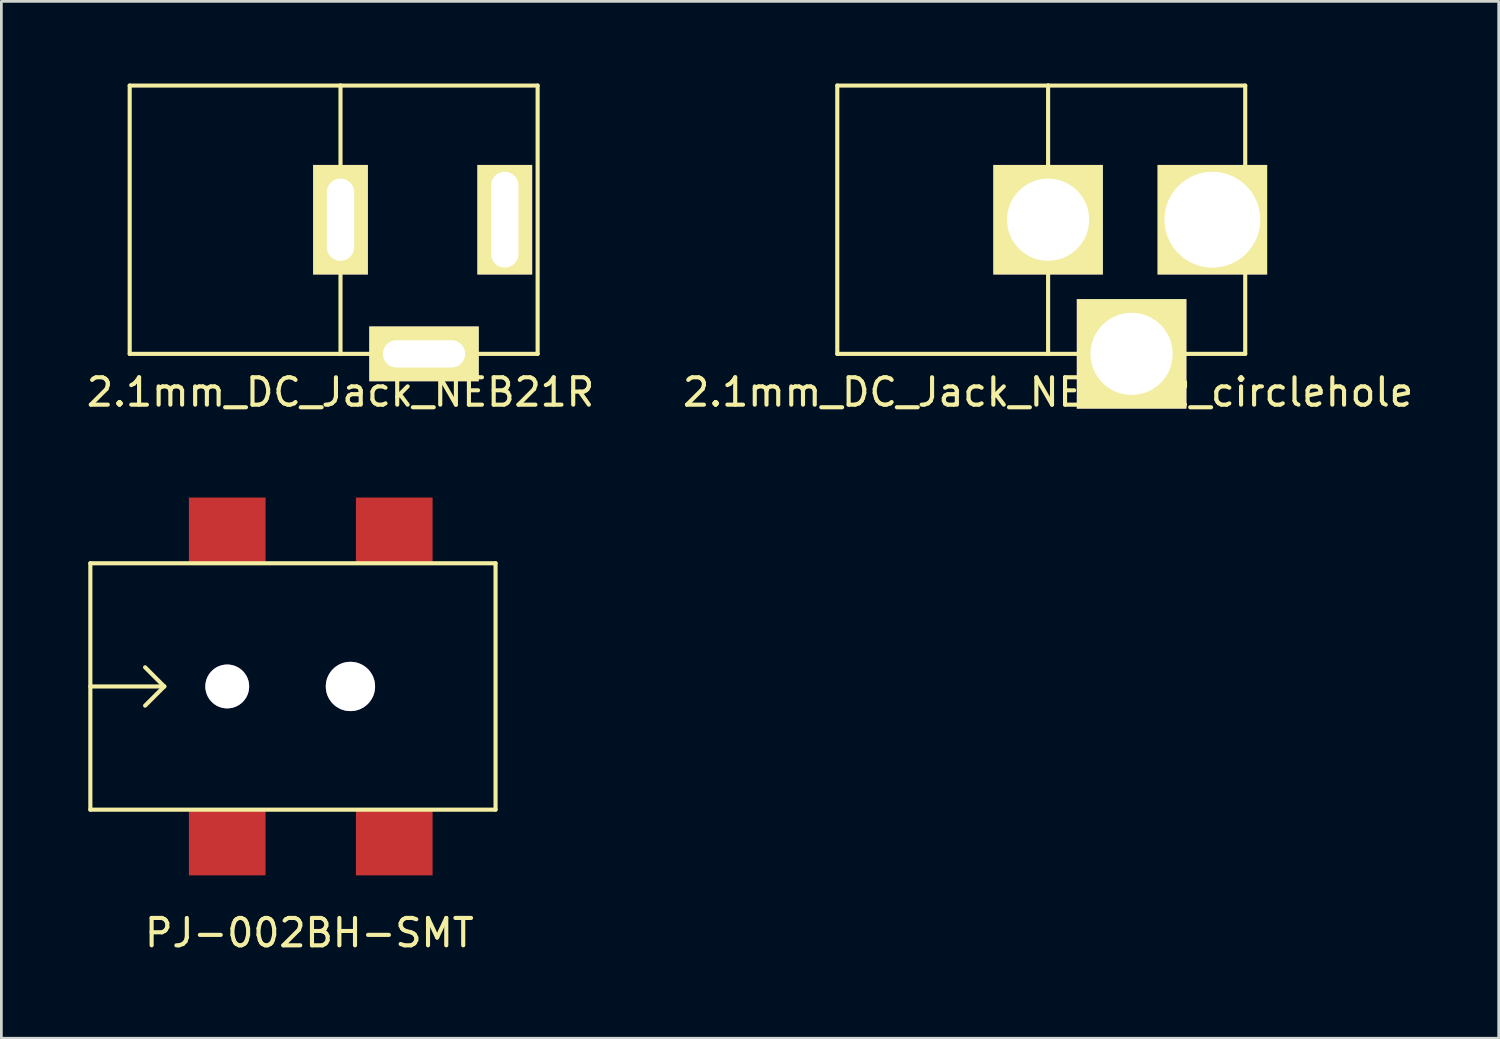
<source format=kicad_pcb>
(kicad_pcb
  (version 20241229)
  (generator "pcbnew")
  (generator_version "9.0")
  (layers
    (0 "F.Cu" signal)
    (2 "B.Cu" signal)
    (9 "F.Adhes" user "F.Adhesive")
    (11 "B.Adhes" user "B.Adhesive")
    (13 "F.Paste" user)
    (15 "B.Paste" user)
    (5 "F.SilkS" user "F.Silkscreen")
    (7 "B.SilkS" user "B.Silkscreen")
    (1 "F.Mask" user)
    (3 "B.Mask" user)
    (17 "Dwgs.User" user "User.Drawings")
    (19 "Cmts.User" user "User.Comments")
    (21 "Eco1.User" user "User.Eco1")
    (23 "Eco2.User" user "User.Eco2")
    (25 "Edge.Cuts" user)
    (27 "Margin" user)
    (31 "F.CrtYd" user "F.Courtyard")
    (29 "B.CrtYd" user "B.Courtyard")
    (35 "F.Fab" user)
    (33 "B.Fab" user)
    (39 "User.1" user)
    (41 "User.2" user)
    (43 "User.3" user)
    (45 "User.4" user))
  (footprint "2.1mm_DC_Jack_NEB21R_circlehole"
    (layer "F.Cu")
    (at 35.232 4.975)
    (property "Reference" "2.1mm_DC_Jack_NEB21R_circlehole" (at 0 6.3 0) (layer "F.SilkS") (effects (font (size 1 1) (thickness 0.15))))
    (attr through_hole)
    (fp_line (start -7.7 -4.9) (end 0 -4.9) (stroke (width 0.15) (type solid)) (layer "F.SilkS"))
    (fp_line (start -7.7 4.9) (end -7.7 -4.9) (stroke (width 0.15) (type solid)) (layer "F.SilkS"))
    (fp_line (start 0 -4.9) (end 0 4.9) (stroke (width 0.15) (type solid)) (layer "F.SilkS"))
    (fp_line (start 0 4.9) (end -7.7 4.9) (stroke (width 0.15) (type solid)) (layer "F.SilkS"))
    (fp_line (start 0 4.9) (end 7.2 4.9) (stroke (width 0.15) (type solid)) (layer "F.SilkS"))
    (fp_line (start 7.2 -4.9) (end 0 -4.9) (stroke (width 0.15) (type solid)) (layer "F.SilkS"))
    (fp_line (start 7.2 4.9) (end 7.2 -4.9) (stroke (width 0.15) (type solid)) (layer "F.SilkS"))
    (pad "1" thru_hole rect (at 6 0) (size 4 4) (drill 3.5) (layers "*.Cu" "*.Mask" "F.SilkS"))
    (pad "2" thru_hole rect (at 3.05 4.9 90) (size 4 4) (drill 3) (layers "*.Cu" "*.Mask" "F.SilkS"))
    (pad "3" thru_hole rect (at 0 0) (size 4 4) (drill 3) (layers "*.Cu" "*.Mask" "F.SilkS")))
  (footprint "2.1mm_DC_Jack_NEB21R"
    (layer "F.Cu")
    (at 9.387 4.975)
    (property "Reference" "2.1mm_DC_Jack_NEB21R" (at 0 6.3 0) (layer "F.SilkS") (effects (font (size 1 1) (thickness 0.15))))
    (attr through_hole)
    (fp_line (start -7.7 -4.9) (end 0 -4.9) (stroke (width 0.15) (type solid)) (layer "F.SilkS"))
    (fp_line (start -7.7 4.9) (end -7.7 -4.9) (stroke (width 0.15) (type solid)) (layer "F.SilkS"))
    (fp_line (start 0 -4.9) (end 0 4.9) (stroke (width 0.15) (type solid)) (layer "F.SilkS"))
    (fp_line (start 0 4.9) (end -7.7 4.9) (stroke (width 0.15) (type solid)) (layer "F.SilkS"))
    (fp_line (start 0 4.9) (end 7.2 4.9) (stroke (width 0.15) (type solid)) (layer "F.SilkS"))
    (fp_line (start 7.2 -4.9) (end 0 -4.9) (stroke (width 0.15) (type solid)) (layer "F.SilkS"))
    (fp_line (start 7.2 4.9) (end 7.2 -4.9) (stroke (width 0.15) (type solid)) (layer "F.SilkS"))
    (pad "1" thru_hole rect (at 6 0) (size 2 4) (drill oval 1 3.5) (layers "*.Cu" "*.Mask" "F.SilkS"))
    (pad "2" thru_hole rect (at 3.05 4.9 90) (size 2 4) (drill oval 1 3) (layers "*.Cu" "*.Mask" "F.SilkS"))
    (pad "3" thru_hole rect (at 0 0) (size 2 4) (drill oval 1 3) (layers "*.Cu" "*.Mask" "F.SilkS")))
  (footprint "PJ-002BH-SMT"
    (layer "F.Cu")
    (at 0.25 22.023)
    (property "Reference" "PJ-002BH-SMT" (at 8 9 0) (layer "F.SilkS") (effects (font (size 1 1) (thickness 0.15))))
    (attr through_hole)
    (fp_line (start 0 -4.5) (end 0 4.5) (stroke (width 0.15) (type solid)) (layer "F.SilkS"))
    (fp_line (start 0 -4.5) (end 14.8 -4.5) (stroke (width 0.15) (type solid)) (layer "F.SilkS"))
    (fp_line (start 0 0) (end 2.7 0) (stroke (width 0.15) (type solid)) (layer "F.SilkS"))
    (fp_line (start 0 4.5) (end 14.8 4.5) (stroke (width 0.15) (type solid)) (layer "F.SilkS"))
    (fp_line (start 2.7 0) (end 2 -0.7) (stroke (width 0.15) (type solid)) (layer "F.SilkS"))
    (fp_line (start 2.7 0) (end 2 0.7) (stroke (width 0.15) (type solid)) (layer "F.SilkS"))
    (fp_line (start 14.8 4.5) (end 14.8 -4.5) (stroke (width 0.15) (type solid)) (layer "F.SilkS"))
    (pad "" thru_hole circle (at 5 0) (size 1.6 1.6) (drill 1.6) (layers "*.Cu" "*.Mask"))
    (pad "" thru_hole circle (at 9.5 0) (size 1.8 1.8) (drill 1.8) (layers "*.Cu" "*.Mask"))
    (pad "1" smd rect (at 5 -5.7) (size 2.8 2.4) (layers "F.Cu" "F.Mask" "F.Paste"))
    (pad "1" smd rect (at 11.1 -5.7) (size 2.8 2.4) (layers "F.Cu" "F.Mask" "F.Paste"))
    (pad "2" smd rect (at 5 5.7) (size 2.8 2.4) (layers "F.Cu" "F.Mask" "F.Paste"))
    (pad "3" smd rect (at 11.1 5.7) (size 2.8 2.4) (layers "F.Cu" "F.Mask" "F.Paste")))
  (gr_rect
    (start -3 -3)
    (end 51.69 34.871)
    (stroke (width 0.1) (type default))
    (fill no)
    (layer "Edge.Cuts")))
</source>
